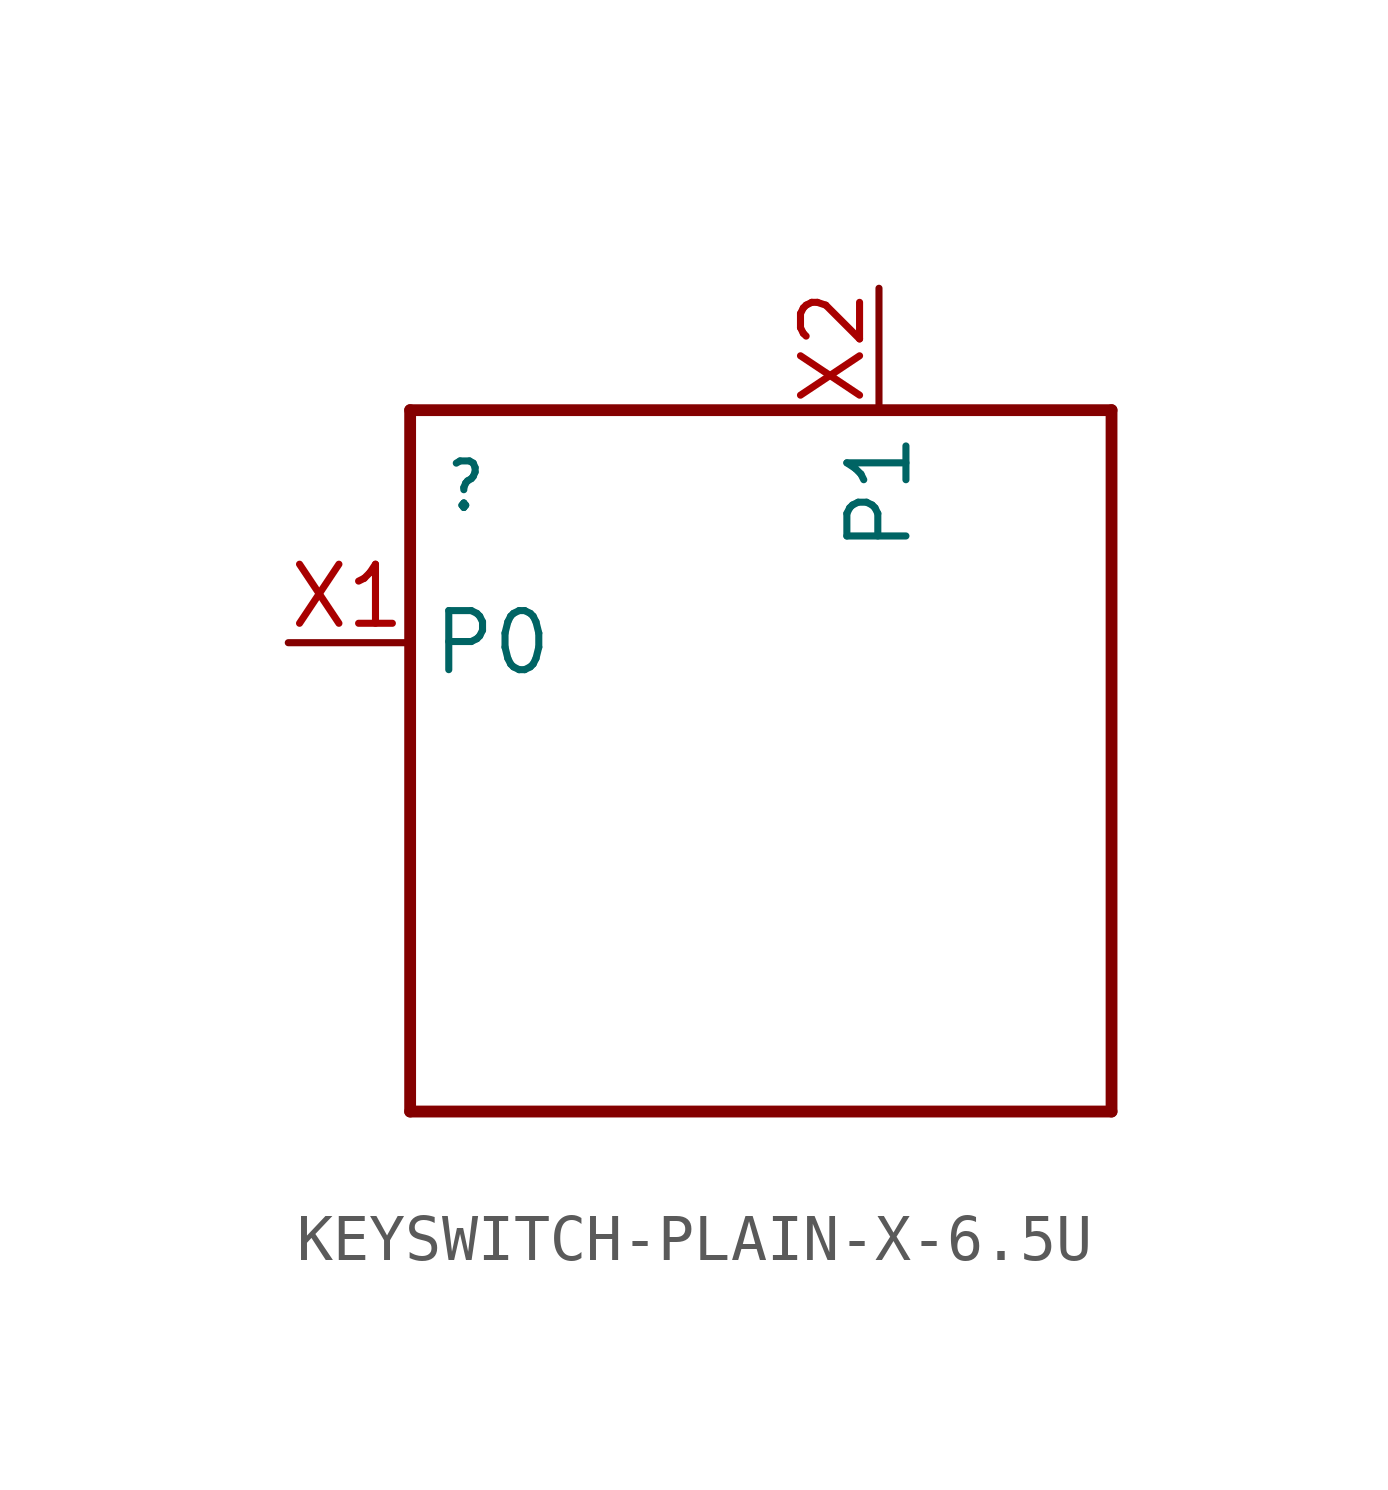
<source format=kicad_sym>
(kicad_symbol_lib
  (version 20211014)
  (generator kicad_symbol_editor)
  (symbol "KEYSWITCH-PLAIN-X-6.5U"
    (property "Reference" ""
      (at -6.81 5.318 0)
      (effects (font (size 1 0.85)) (justify left bottom)))
    (property "ki_locked" ""
      (at 0 0 0)
      (effects (font (size 1.27 1.27))))
    (symbol "KEYSWITCH-PLAIN-X-6.5U_1_0"
      (polyline (pts (xy -7.54 -7.54) (xy -7.54 7.54)) (stroke (width 0.254) (type default) (color 0 0 0 0)) (fill (type none)))
      (polyline (pts (xy -7.54 7.54) (xy 7.54 7.54)) (stroke (width 0.254) (type default) (color 0 0 0 0)) (fill (type none)))
      (polyline (pts (xy 7.54 -7.54) (xy -7.54 -7.54)) (stroke (width 0.254) (type default) (color 0 0 0 0)) (fill (type none)))
      (polyline (pts (xy 7.54 7.54) (xy 7.54 -7.54)) (stroke (width 0.254) (type default) (color 0 0 0 0)) (fill (type none)))
      (pin bidirectional line (at -10.16 2.54 0) (length 2.54) (name "P0" (effects (font (size 1.27 1.27)))) (number "X1" (effects (font (size 1.27 1.27)))))
      (pin bidirectional line (at 2.54 10.16 270) (length 2.54) (name "P1" (effects (font (size 1.27 1.27)))) (number "X2" (effects (font (size 1.27 1.27))))))))
</source>
